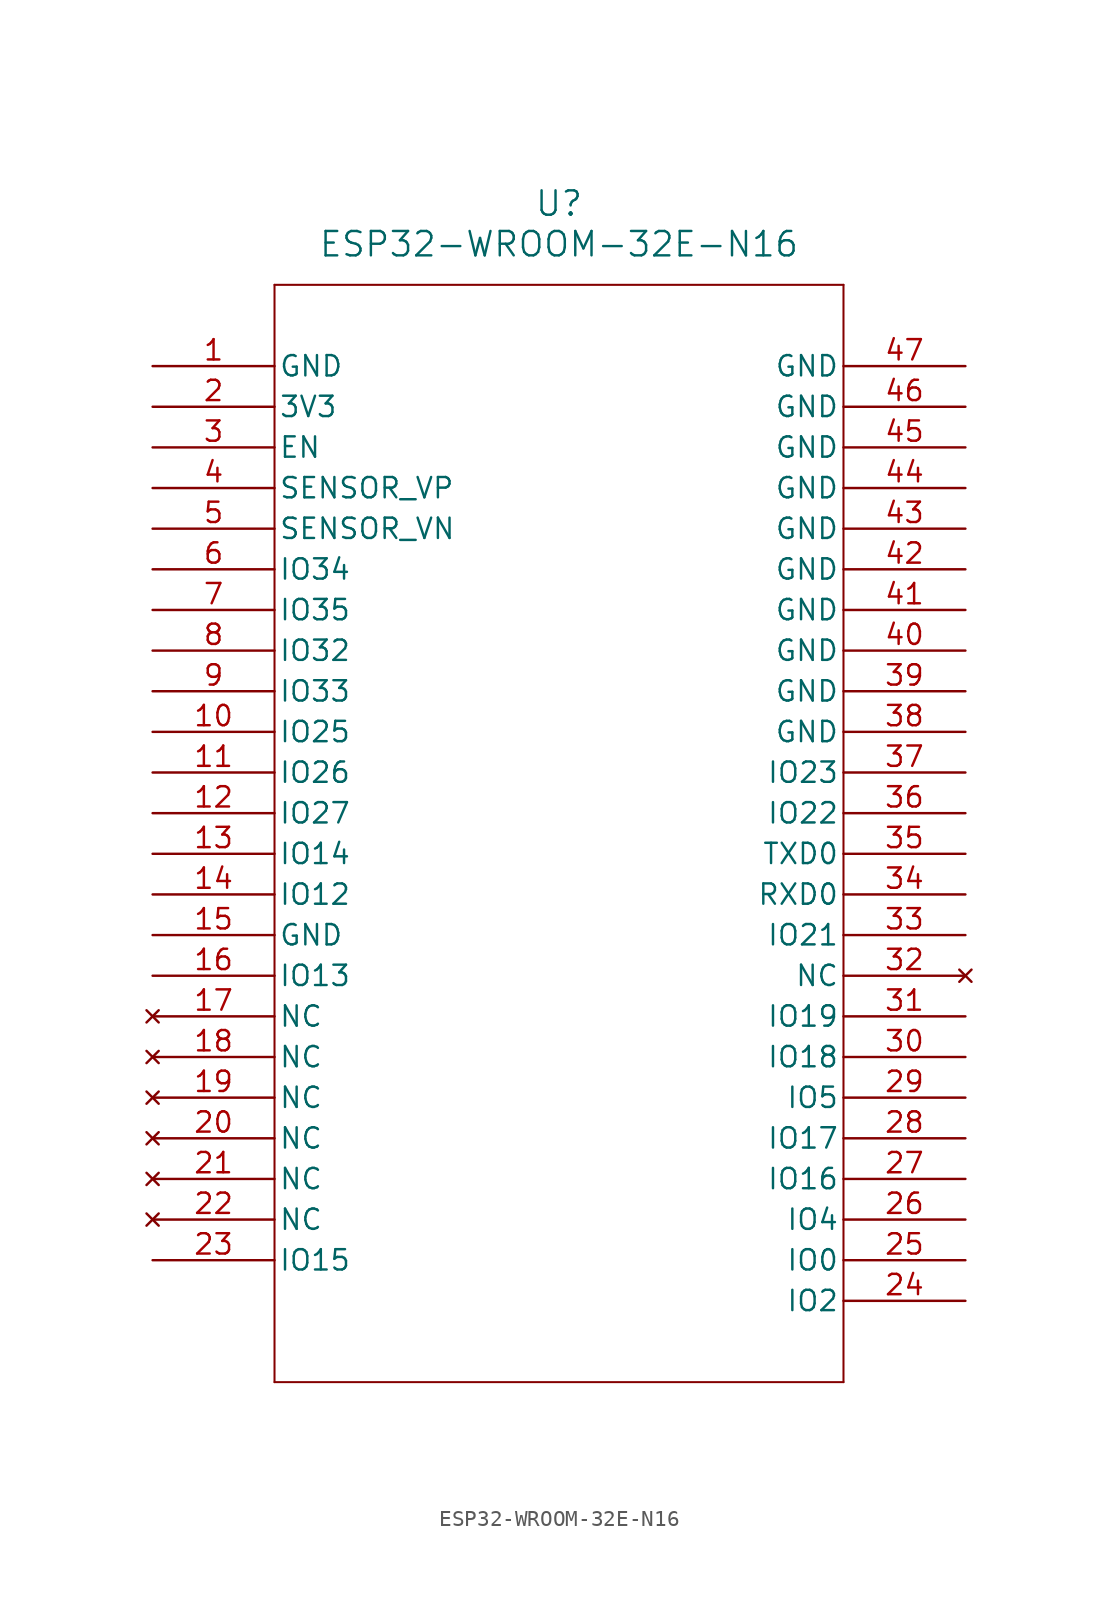
<source format=kicad_sym>
(kicad_symbol_lib
  (version 20211014)
  (generator kicad_symbol_editor)
  (symbol "ESP32-WROOM-32E-N16"
    (pin_names
      (offset 0.254))
    (property "Reference" "U"
      (at 25.4 10.16 0)
      (effects (font (size 1.524 1.524))))
    (property "Value" "ESP32-WROOM-32E-N16"
      (at 25.4 7.62 0)
      (effects (font (size 1.524 1.524))))
    (symbol "ESP32-WROOM-32E-N16_0_1"
      (polyline (pts (xy 7.62 5.08) (xy 7.62 -63.5)) (stroke (width 0.127) (type default) (color 0 0 0 0)) (fill (type none)))
      (polyline (pts (xy 7.62 -63.5) (xy 43.18 -63.5)) (stroke (width 0.127) (type default) (color 0 0 0 0)) (fill (type none)))
      (polyline (pts (xy 43.18 -63.5) (xy 43.18 5.08)) (stroke (width 0.127) (type default) (color 0 0 0 0)) (fill (type none)))
      (polyline (pts (xy 43.18 5.08) (xy 7.62 5.08)) (stroke (width 0.127) (type default) (color 0 0 0 0)) (fill (type none)))
      (pin power_out line (at 0 0 0) (length 7.62) (name "GND" (effects (font (size 1.27 1.27)))) (number "1" (effects (font (size 1.27 1.27)))))
      (pin power_in line (at 0 -2.54 0) (length 7.62) (name "3V3" (effects (font (size 1.27 1.27)))) (number "2" (effects (font (size 1.27 1.27)))))
      (pin input line (at 0 -5.08 0) (length 7.62) (name "EN" (effects (font (size 1.27 1.27)))) (number "3" (effects (font (size 1.27 1.27)))))
      (pin input line (at 0 -7.62 0) (length 7.62) (name "SENSOR_VP" (effects (font (size 1.27 1.27)))) (number "4" (effects (font (size 1.27 1.27)))))
      (pin input line (at 0 -10.16 0) (length 7.62) (name "SENSOR_VN" (effects (font (size 1.27 1.27)))) (number "5" (effects (font (size 1.27 1.27)))))
      (pin input line (at 0 -12.7 0) (length 7.62) (name "IO34" (effects (font (size 1.27 1.27)))) (number "6" (effects (font (size 1.27 1.27)))))
      (pin input line (at 0 -15.24 0) (length 7.62) (name "IO35" (effects (font (size 1.27 1.27)))) (number "7" (effects (font (size 1.27 1.27)))))
      (pin bidirectional line (at 0 -17.78 0) (length 7.62) (name "IO32" (effects (font (size 1.27 1.27)))) (number "8" (effects (font (size 1.27 1.27)))))
      (pin bidirectional line (at 0 -20.32 0) (length 7.62) (name "IO33" (effects (font (size 1.27 1.27)))) (number "9" (effects (font (size 1.27 1.27)))))
      (pin bidirectional line (at 0 -22.86 0) (length 7.62) (name "IO25" (effects (font (size 1.27 1.27)))) (number "10" (effects (font (size 1.27 1.27)))))
      (pin bidirectional line (at 0 -25.4 0) (length 7.62) (name "IO26" (effects (font (size 1.27 1.27)))) (number "11" (effects (font (size 1.27 1.27)))))
      (pin bidirectional line (at 0 -27.94 0) (length 7.62) (name "IO27" (effects (font (size 1.27 1.27)))) (number "12" (effects (font (size 1.27 1.27)))))
      (pin bidirectional line (at 0 -30.48 0) (length 7.62) (name "IO14" (effects (font (size 1.27 1.27)))) (number "13" (effects (font (size 1.27 1.27)))))
      (pin bidirectional line (at 0 -33.02 0) (length 7.62) (name "IO12" (effects (font (size 1.27 1.27)))) (number "14" (effects (font (size 1.27 1.27)))))
      (pin power_out line (at 0 -35.56 0) (length 7.62) (name "GND" (effects (font (size 1.27 1.27)))) (number "15" (effects (font (size 1.27 1.27)))))
      (pin bidirectional line (at 0 -38.1 0) (length 7.62) (name "IO13" (effects (font (size 1.27 1.27)))) (number "16" (effects (font (size 1.27 1.27)))))
      (pin no_connect line (at 0 -40.64 0) (length 7.62) (name "NC" (effects (font (size 1.27 1.27)))) (number "17" (effects (font (size 1.27 1.27)))))
      (pin no_connect line (at 0 -43.18 0) (length 7.62) (name "NC" (effects (font (size 1.27 1.27)))) (number "18" (effects (font (size 1.27 1.27)))))
      (pin no_connect line (at 0 -45.72 0) (length 7.62) (name "NC" (effects (font (size 1.27 1.27)))) (number "19" (effects (font (size 1.27 1.27)))))
      (pin no_connect line (at 0 -48.26 0) (length 7.62) (name "NC" (effects (font (size 1.27 1.27)))) (number "20" (effects (font (size 1.27 1.27)))))
      (pin no_connect line (at 0 -50.8 0) (length 7.62) (name "NC" (effects (font (size 1.27 1.27)))) (number "21" (effects (font (size 1.27 1.27)))))
      (pin no_connect line (at 0 -53.34 0) (length 7.62) (name "NC" (effects (font (size 1.27 1.27)))) (number "22" (effects (font (size 1.27 1.27)))))
      (pin bidirectional line (at 0 -55.88 0) (length 7.62) (name "IO15" (effects (font (size 1.27 1.27)))) (number "23" (effects (font (size 1.27 1.27)))))
      (pin bidirectional line (at 50.8 -58.42 180) (length 7.62) (name "IO2" (effects (font (size 1.27 1.27)))) (number "24" (effects (font (size 1.27 1.27)))))
      (pin bidirectional line (at 50.8 -55.88 180) (length 7.62) (name "IO0" (effects (font (size 1.27 1.27)))) (number "25" (effects (font (size 1.27 1.27)))))
      (pin bidirectional line (at 50.8 -53.34 180) (length 7.62) (name "IO4" (effects (font (size 1.27 1.27)))) (number "26" (effects (font (size 1.27 1.27)))))
      (pin bidirectional line (at 50.8 -50.8 180) (length 7.62) (name "IO16" (effects (font (size 1.27 1.27)))) (number "27" (effects (font (size 1.27 1.27)))))
      (pin bidirectional line (at 50.8 -48.26 180) (length 7.62) (name "IO17" (effects (font (size 1.27 1.27)))) (number "28" (effects (font (size 1.27 1.27)))))
      (pin bidirectional line (at 50.8 -45.72 180) (length 7.62) (name "IO5" (effects (font (size 1.27 1.27)))) (number "29" (effects (font (size 1.27 1.27)))))
      (pin bidirectional line (at 50.8 -43.18 180) (length 7.62) (name "IO18" (effects (font (size 1.27 1.27)))) (number "30" (effects (font (size 1.27 1.27)))))
      (pin bidirectional line (at 50.8 -40.64 180) (length 7.62) (name "IO19" (effects (font (size 1.27 1.27)))) (number "31" (effects (font (size 1.27 1.27)))))
      (pin no_connect line (at 50.8 -38.1 180) (length 7.62) (name "NC" (effects (font (size 1.27 1.27)))) (number "32" (effects (font (size 1.27 1.27)))))
      (pin bidirectional line (at 50.8 -35.56 180) (length 7.62) (name "IO21" (effects (font (size 1.27 1.27)))) (number "33" (effects (font (size 1.27 1.27)))))
      (pin bidirectional line (at 50.8 -33.02 180) (length 7.62) (name "RXD0" (effects (font (size 1.27 1.27)))) (number "34" (effects (font (size 1.27 1.27)))))
      (pin bidirectional line (at 50.8 -30.48 180) (length 7.62) (name "TXD0" (effects (font (size 1.27 1.27)))) (number "35" (effects (font (size 1.27 1.27)))))
      (pin bidirectional line (at 50.8 -27.94 180) (length 7.62) (name "IO22" (effects (font (size 1.27 1.27)))) (number "36" (effects (font (size 1.27 1.27)))))
      (pin bidirectional line (at 50.8 -25.4 180) (length 7.62) (name "IO23" (effects (font (size 1.27 1.27)))) (number "37" (effects (font (size 1.27 1.27)))))
      (pin power_out line (at 50.8 -22.86 180) (length 7.62) (name "GND" (effects (font (size 1.27 1.27)))) (number "38" (effects (font (size 1.27 1.27)))))
      (pin power_out line (at 50.8 -20.32 180) (length 7.62) (name "GND" (effects (font (size 1.27 1.27)))) (number "39" (effects (font (size 1.27 1.27)))))
      (pin power_out line (at 50.8 -17.78 180) (length 7.62) (name "GND" (effects (font (size 1.27 1.27)))) (number "40" (effects (font (size 1.27 1.27)))))
      (pin power_out line (at 50.8 -15.24 180) (length 7.62) (name "GND" (effects (font (size 1.27 1.27)))) (number "41" (effects (font (size 1.27 1.27)))))
      (pin power_out line (at 50.8 -12.7 180) (length 7.62) (name "GND" (effects (font (size 1.27 1.27)))) (number "42" (effects (font (size 1.27 1.27)))))
      (pin power_out line (at 50.8 -10.16 180) (length 7.62) (name "GND" (effects (font (size 1.27 1.27)))) (number "43" (effects (font (size 1.27 1.27)))))
      (pin power_out line (at 50.8 -7.62 180) (length 7.62) (name "GND" (effects (font (size 1.27 1.27)))) (number "44" (effects (font (size 1.27 1.27)))))
      (pin power_out line (at 50.8 -5.08 180) (length 7.62) (name "GND" (effects (font (size 1.27 1.27)))) (number "45" (effects (font (size 1.27 1.27)))))
      (pin power_out line (at 50.8 -2.54 180) (length 7.62) (name "GND" (effects (font (size 1.27 1.27)))) (number "46" (effects (font (size 1.27 1.27)))))
      (pin power_out line (at 50.8 0 180) (length 7.62) (name "GND" (effects (font (size 1.27 1.27)))) (number "47" (effects (font (size 1.27 1.27))))))))
</source>
